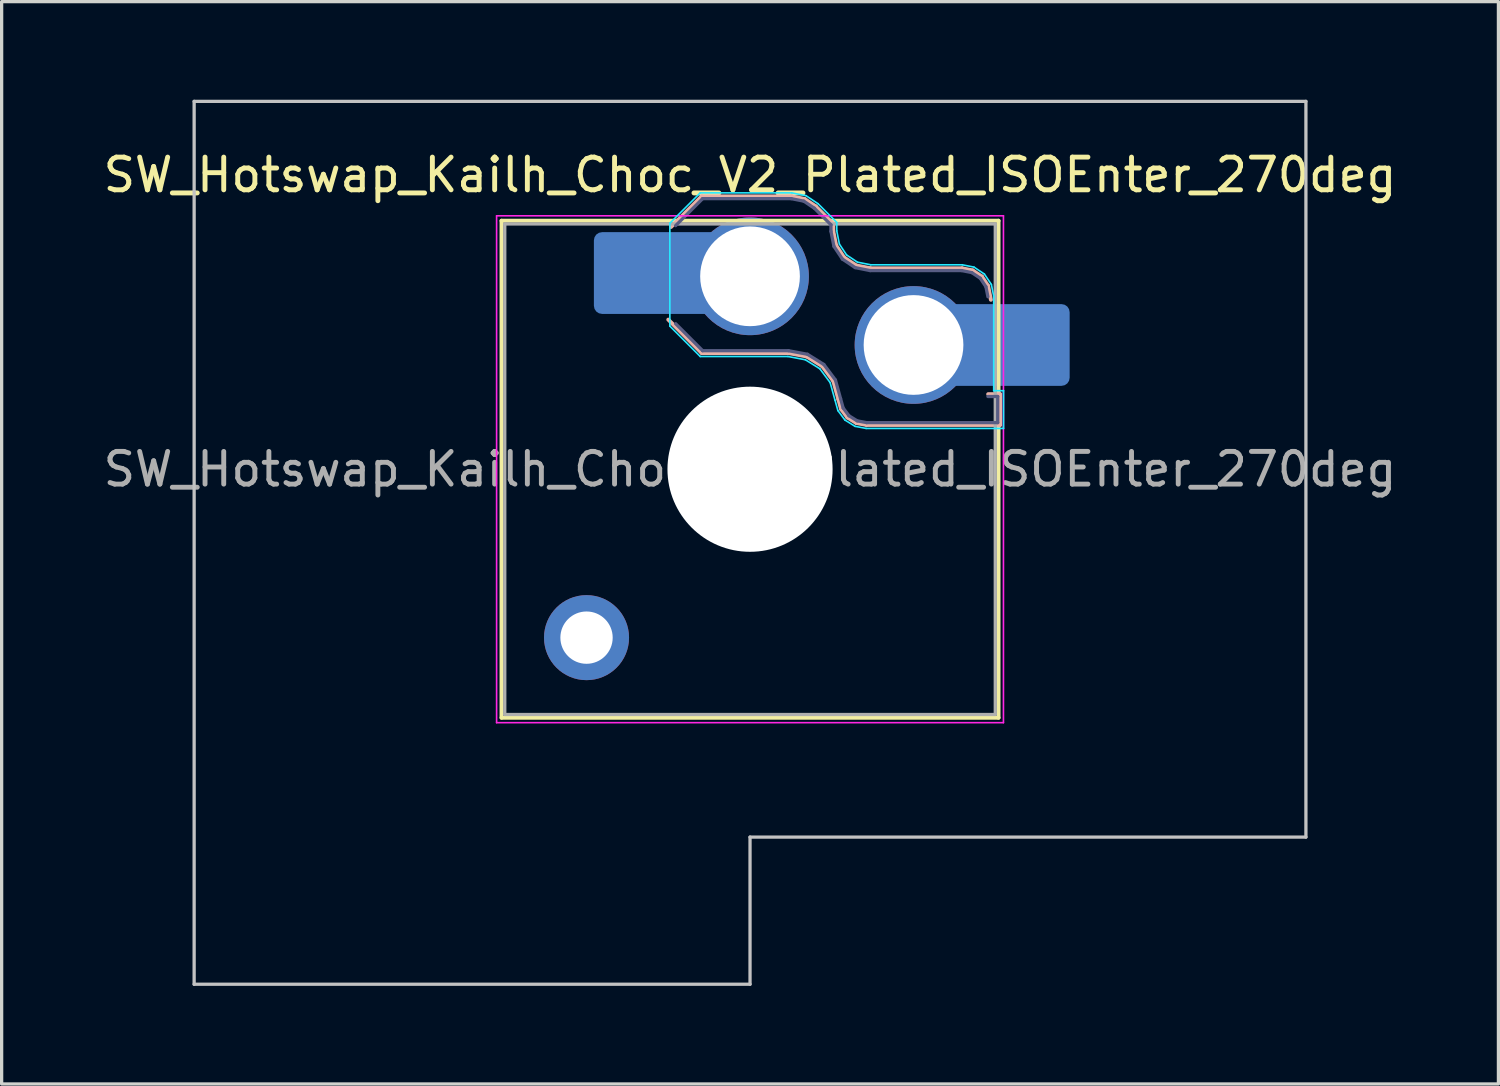
<source format=kicad_pcb>
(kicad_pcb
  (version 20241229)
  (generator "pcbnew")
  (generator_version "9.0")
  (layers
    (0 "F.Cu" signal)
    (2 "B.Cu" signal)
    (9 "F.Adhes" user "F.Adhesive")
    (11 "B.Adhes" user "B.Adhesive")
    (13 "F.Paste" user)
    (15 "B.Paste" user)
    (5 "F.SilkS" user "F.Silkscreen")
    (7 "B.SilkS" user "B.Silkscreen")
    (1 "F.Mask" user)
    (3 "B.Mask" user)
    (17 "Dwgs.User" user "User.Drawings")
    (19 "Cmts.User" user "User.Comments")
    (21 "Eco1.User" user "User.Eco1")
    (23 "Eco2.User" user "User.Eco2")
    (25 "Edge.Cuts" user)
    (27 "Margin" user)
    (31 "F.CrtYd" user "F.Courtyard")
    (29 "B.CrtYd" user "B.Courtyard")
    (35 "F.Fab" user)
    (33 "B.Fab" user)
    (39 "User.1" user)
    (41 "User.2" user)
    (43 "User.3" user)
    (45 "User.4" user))
  (footprint "SW_Hotswap_Kailh_Choc_V2_Plated_ISOEnter_270deg"
    (layer "F.Cu")
    (at 19.887 11.3)
    (property "Reference" "SW_Hotswap_Kailh_Choc_V2_Plated_ISOEnter_270deg" (at 0 -9 0) (layer "F.SilkS") (effects (font (size 1 1) (thickness 0.15))))
    (attr smd)
    (fp_line (start -7.6 -7.6) (end -7.6 7.6) (stroke (width 0.12) (type solid)) (layer "F.SilkS"))
    (fp_line (start -7.6 7.6) (end 7.6 7.6) (stroke (width 0.12) (type solid)) (layer "F.SilkS"))
    (fp_line (start 7.6 -7.6) (end -7.6 -7.6) (stroke (width 0.12) (type solid)) (layer "F.SilkS"))
    (fp_line (start 7.6 7.6) (end 7.6 -7.6) (stroke (width 0.12) (type solid)) (layer "F.SilkS"))
    (fp_line (start -2.416 -7.409) (end -1.479 -8.346) (stroke (width 0.12) (type solid)) (layer "B.SilkS"))
    (fp_line (start -1.479 -8.346) (end 1.268 -8.346) (stroke (width 0.12) (type solid)) (layer "B.SilkS"))
    (fp_line (start -1.479 -3.554) (end -2.5 -4.575) (stroke (width 0.12) (type solid)) (layer "B.SilkS"))
    (fp_line (start 1.168 -3.554) (end -1.479 -3.554) (stroke (width 0.12) (type solid)) (layer "B.SilkS"))
    (fp_line (start 1.268 -8.346) (end 1.671 -8.266) (stroke (width 0.12) (type solid)) (layer "B.SilkS"))
    (fp_line (start 1.671 -8.266) (end 2.013 -8.037) (stroke (width 0.12) (type solid)) (layer "B.SilkS"))
    (fp_line (start 1.73 -3.449) (end 1.168 -3.554) (stroke (width 0.12) (type solid)) (layer "B.SilkS"))
    (fp_line (start 2.013 -8.037) (end 2.546 -7.504) (stroke (width 0.12) (type solid)) (layer "B.SilkS"))
    (fp_line (start 2.209 -3.15) (end 1.73 -3.449) (stroke (width 0.12) (type solid)) (layer "B.SilkS"))
    (fp_line (start 2.546 -7.504) (end 2.546 -7.282) (stroke (width 0.12) (type solid)) (layer "B.SilkS"))
    (fp_line (start 2.546 -7.282) (end 2.633 -6.844) (stroke (width 0.12) (type solid)) (layer "B.SilkS"))
    (fp_line (start 2.547 -2.697) (end 2.209 -3.15) (stroke (width 0.12) (type solid)) (layer "B.SilkS"))
    (fp_line (start 2.633 -6.844) (end 2.877 -6.477) (stroke (width 0.12) (type solid)) (layer "B.SilkS"))
    (fp_line (start 2.701 -2.139) (end 2.547 -2.697) (stroke (width 0.12) (type solid)) (layer "B.SilkS"))
    (fp_line (start 2.783 -1.841) (end 2.701 -2.139) (stroke (width 0.12) (type solid)) (layer "B.SilkS"))
    (fp_line (start 2.877 -6.477) (end 3.244 -6.233) (stroke (width 0.12) (type solid)) (layer "B.SilkS"))
    (fp_line (start 2.976 -1.583) (end 2.783 -1.841) (stroke (width 0.12) (type solid)) (layer "B.SilkS"))
    (fp_line (start 3.244 -6.233) (end 3.682 -6.146) (stroke (width 0.12) (type solid)) (layer "B.SilkS"))
    (fp_line (start 3.25 -1.413) (end 2.976 -1.583) (stroke (width 0.12) (type solid)) (layer "B.SilkS"))
    (fp_line (start 3.56 -1.354) (end 3.25 -1.413) (stroke (width 0.12) (type solid)) (layer "B.SilkS"))
    (fp_line (start 3.682 -6.146) (end 6.482 -6.146) (stroke (width 0.12) (type solid)) (layer "B.SilkS"))
    (fp_line (start 6.482 -6.146) (end 6.809 -6.081) (stroke (width 0.12) (type solid)) (layer "B.SilkS"))
    (fp_line (start 6.809 -6.081) (end 7.092 -5.892) (stroke (width 0.12) (type solid)) (layer "B.SilkS"))
    (fp_line (start 7.092 -5.892) (end 7.281 -5.609) (stroke (width 0.12) (type solid)) (layer "B.SilkS"))
    (fp_line (start 7.281 -5.609) (end 7.366 -5.182) (stroke (width 0.12) (type solid)) (layer "B.SilkS"))
    (fp_line (start 7.283 -2.296) (end 7.646 -2.296) (stroke (width 0.12) (type solid)) (layer "B.SilkS"))
    (fp_line (start 7.646 -2.296) (end 7.646 -1.354) (stroke (width 0.12) (type solid)) (layer "B.SilkS"))
    (fp_line (start 7.646 -1.354) (end 3.56 -1.354) (stroke (width 0.12) (type solid)) (layer "B.SilkS"))
    (fp_line (start -17 -11.25) (end -17 15.75) (stroke (width 0.1) (type solid)) (layer "Dwgs.User"))
    (fp_line (start -17 15.75) (end 0 15.75) (stroke (width 0.1) (type solid)) (layer "Dwgs.User"))
    (fp_line (start 0 11.25) (end 17 11.25) (stroke (width 0.1) (type solid)) (layer "Dwgs.User"))
    (fp_line (start 0 15.75) (end 0 11.25) (stroke (width 0.1) (type solid)) (layer "Dwgs.User"))
    (fp_line (start 17 -11.25) (end -17 -11.25) (stroke (width 0.1) (type solid)) (layer "Dwgs.User"))
    (fp_line (start 17 11.25) (end 17 -11.25) (stroke (width 0.1) (type solid)) (layer "Dwgs.User"))
    (fp_line (start -7.25 -7.25) (end -7.25 7.25) (stroke (width 0.1) (type solid)) (layer "Eco1.User"))
    (fp_line (start -7.25 7.25) (end 7.25 7.25) (stroke (width 0.1) (type solid)) (layer "Eco1.User"))
    (fp_line (start 7.25 -7.25) (end -7.25 -7.25) (stroke (width 0.1) (type solid)) (layer "Eco1.User"))
    (fp_line (start 7.25 7.25) (end 7.25 -7.25) (stroke (width 0.1) (type solid)) (layer "Eco1.User"))
    (fp_line (start -2.452 -7.523) (end -1.523 -8.452) (stroke (width 0.05) (type solid)) (layer "B.CrtYd"))
    (fp_line (start -2.452 -4.377) (end -2.452 -7.523) (stroke (width 0.05) (type solid)) (layer "B.CrtYd"))
    (fp_line (start -1.523 -8.452) (end 1.278 -8.452) (stroke (width 0.05) (type solid)) (layer "B.CrtYd"))
    (fp_line (start -1.523 -3.448) (end -2.452 -4.377) (stroke (width 0.05) (type solid)) (layer "B.CrtYd"))
    (fp_line (start 1.159 -3.448) (end -1.523 -3.448) (stroke (width 0.05) (type solid)) (layer "B.CrtYd"))
    (fp_line (start 1.278 -8.452) (end 1.712 -8.366) (stroke (width 0.05) (type solid)) (layer "B.CrtYd"))
    (fp_line (start 1.691 -3.348) (end 1.159 -3.448) (stroke (width 0.05) (type solid)) (layer "B.CrtYd"))
    (fp_line (start 1.712 -8.366) (end 2.081 -8.119) (stroke (width 0.05) (type solid)) (layer "B.CrtYd"))
    (fp_line (start 2.081 -8.119) (end 2.652 -7.548) (stroke (width 0.05) (type solid)) (layer "B.CrtYd"))
    (fp_line (start 2.136 -3.071) (end 1.691 -3.348) (stroke (width 0.05) (type solid)) (layer "B.CrtYd"))
    (fp_line (start 2.45 -2.65) (end 2.136 -3.071) (stroke (width 0.05) (type solid)) (layer "B.CrtYd"))
    (fp_line (start 2.599 -2.111) (end 2.45 -2.65) (stroke (width 0.05) (type solid)) (layer "B.CrtYd"))
    (fp_line (start 2.652 -7.548) (end 2.652 -7.292) (stroke (width 0.05) (type solid)) (layer "B.CrtYd"))
    (fp_line (start 2.652 -7.292) (end 2.733 -6.885) (stroke (width 0.05) (type solid)) (layer "B.CrtYd"))
    (fp_line (start 2.687 -1.794) (end 2.599 -2.111) (stroke (width 0.05) (type solid)) (layer "B.CrtYd"))
    (fp_line (start 2.733 -6.885) (end 2.953 -6.553) (stroke (width 0.05) (type solid)) (layer "B.CrtYd"))
    (fp_line (start 2.903 -1.503) (end 2.687 -1.794) (stroke (width 0.05) (type solid)) (layer "B.CrtYd"))
    (fp_line (start 2.953 -6.553) (end 3.285 -6.333) (stroke (width 0.05) (type solid)) (layer "B.CrtYd"))
    (fp_line (start 3.211 -1.312) (end 2.903 -1.503) (stroke (width 0.05) (type solid)) (layer "B.CrtYd"))
    (fp_line (start 3.285 -6.333) (end 3.692 -6.252) (stroke (width 0.05) (type solid)) (layer "B.CrtYd"))
    (fp_line (start 3.55 -1.248) (end 3.211 -1.312) (stroke (width 0.05) (type solid)) (layer "B.CrtYd"))
    (fp_line (start 3.692 -6.252) (end 6.492 -6.252) (stroke (width 0.05) (type solid)) (layer "B.CrtYd"))
    (fp_line (start 6.492 -6.252) (end 6.85 -6.181) (stroke (width 0.05) (type solid)) (layer "B.CrtYd"))
    (fp_line (start 6.85 -6.181) (end 7.168 -5.968) (stroke (width 0.05) (type solid)) (layer "B.CrtYd"))
    (fp_line (start 7.168 -5.968) (end 7.381 -5.65) (stroke (width 0.05) (type solid)) (layer "B.CrtYd"))
    (fp_line (start 7.381 -5.65) (end 7.452 -5.292) (stroke (width 0.05) (type solid)) (layer "B.CrtYd"))
    (fp_line (start 7.452 -5.292) (end 7.452 -2.402) (stroke (width 0.05) (type solid)) (layer "B.CrtYd"))
    (fp_line (start 7.452 -2.402) (end 7.752 -2.402) (stroke (width 0.05) (type solid)) (layer "B.CrtYd"))
    (fp_line (start 7.752 -2.402) (end 7.752 -1.248) (stroke (width 0.05) (type solid)) (layer "B.CrtYd"))
    (fp_line (start 7.752 -1.248) (end 3.55 -1.248) (stroke (width 0.05) (type solid)) (layer "B.CrtYd"))
    (fp_line (start -7.75 -7.75) (end -7.75 7.75) (stroke (width 0.05) (type solid)) (layer "F.CrtYd"))
    (fp_line (start -7.75 7.75) (end 7.75 7.75) (stroke (width 0.05) (type solid)) (layer "F.CrtYd"))
    (fp_line (start 7.75 -7.75) (end -7.75 -7.75) (stroke (width 0.05) (type solid)) (layer "F.CrtYd"))
    (fp_line (start 7.75 7.75) (end 7.75 -7.75) (stroke (width 0.05) (type solid)) (layer "F.CrtYd"))
    (fp_line (start -2.275 -7.45) (end -1.45 -8.275) (stroke (width 0.1) (type solid)) (layer "B.Fab"))
    (fp_line (start -1.45 -8.275) (end 1.261 -8.275) (stroke (width 0.1) (type solid)) (layer "B.Fab"))
    (fp_line (start -1.45 -3.625) (end -2.275 -4.45) (stroke (width 0.1) (type solid)) (layer "B.Fab"))
    (fp_line (start 1.175 -3.625) (end -1.45 -3.625) (stroke (width 0.1) (type solid)) (layer "B.Fab"))
    (fp_line (start 1.261 -8.275) (end 1.643 -8.199) (stroke (width 0.1) (type solid)) (layer "B.Fab"))
    (fp_line (start 1.643 -8.199) (end 1.968 -7.982) (stroke (width 0.1) (type solid)) (layer "B.Fab"))
    (fp_line (start 1.756 -3.516) (end 1.175 -3.625) (stroke (width 0.1) (type solid)) (layer "B.Fab"))
    (fp_line (start 1.968 -7.982) (end 2.475 -7.475) (stroke (width 0.1) (type solid)) (layer "B.Fab"))
    (fp_line (start 2.258 -3.203) (end 1.756 -3.516) (stroke (width 0.1) (type solid)) (layer "B.Fab"))
    (fp_line (start 2.475 -7.475) (end 2.475 -7.275) (stroke (width 0.1) (type solid)) (layer "B.Fab"))
    (fp_line (start 2.475 -7.275) (end 2.566 -6.816) (stroke (width 0.1) (type solid)) (layer "B.Fab"))
    (fp_line (start 2.566 -6.816) (end 2.826 -6.426) (stroke (width 0.1) (type solid)) (layer "B.Fab"))
    (fp_line (start 2.612 -2.729) (end 2.258 -3.203) (stroke (width 0.1) (type solid)) (layer "B.Fab"))
    (fp_line (start 2.769 -2.158) (end 2.612 -2.729) (stroke (width 0.1) (type solid)) (layer "B.Fab"))
    (fp_line (start 2.826 -6.426) (end 3.216 -6.166) (stroke (width 0.1) (type solid)) (layer "B.Fab"))
    (fp_line (start 2.848 -1.873) (end 2.769 -2.158) (stroke (width 0.1) (type solid)) (layer "B.Fab"))
    (fp_line (start 3.025 -1.636) (end 2.848 -1.873) (stroke (width 0.1) (type solid)) (layer "B.Fab"))
    (fp_line (start 3.216 -6.166) (end 3.675 -6.075) (stroke (width 0.1) (type solid)) (layer "B.Fab"))
    (fp_line (start 3.276 -1.48) (end 3.025 -1.636) (stroke (width 0.1) (type solid)) (layer "B.Fab"))
    (fp_line (start 3.567 -1.425) (end 3.276 -1.48) (stroke (width 0.1) (type solid)) (layer "B.Fab"))
    (fp_line (start 3.675 -6.075) (end 6.475 -6.075) (stroke (width 0.1) (type solid)) (layer "B.Fab"))
    (fp_line (start 6.475 -6.075) (end 6.781 -6.014) (stroke (width 0.1) (type solid)) (layer "B.Fab"))
    (fp_line (start 6.781 -6.014) (end 7.041 -5.841) (stroke (width 0.1) (type solid)) (layer "B.Fab"))
    (fp_line (start 7.041 -5.841) (end 7.214 -5.581) (stroke (width 0.1) (type solid)) (layer "B.Fab"))
    (fp_line (start 7.214 -5.581) (end 7.275 -5.275) (stroke (width 0.1) (type solid)) (layer "B.Fab"))
    (fp_line (start 7.275 -2.225) (end 7.575 -2.225) (stroke (width 0.1) (type solid)) (layer "B.Fab"))
    (fp_line (start 7.575 -2.225) (end 7.575 -1.425) (stroke (width 0.1) (type solid)) (layer "B.Fab"))
    (fp_line (start 7.575 -1.425) (end 3.567 -1.425) (stroke (width 0.1) (type solid)) (layer "B.Fab"))
    (fp_line (start -7.5 -7.5) (end -7.5 7.5) (stroke (width 0.1) (type solid)) (layer "F.Fab"))
    (fp_line (start -7.5 7.5) (end 7.5 7.5) (stroke (width 0.1) (type solid)) (layer "F.Fab"))
    (fp_line (start 7.5 -7.5) (end -7.5 -7.5) (stroke (width 0.1) (type solid)) (layer "F.Fab"))
    (fp_line (start 7.5 7.5) (end 7.5 -7.5) (stroke (width 0.1) (type solid)) (layer "F.Fab"))
    (fp_text user "${REFERENCE}" (at 0 0 0) (layer "F.Fab") (effects (font (size 1 1) (thickness 0.15))))
    (pad "" thru_hole circle (at -5 5.15) (size 2.6 2.6) (drill 1.6) (layers "*.Cu" "*.Mask"))
    (pad "" smd roundrect (at -3.5 -6) (size 2.55 2.5) (layers "B.Mask" "B.Paste") (roundrect_rratio 0.1))
    (pad "" np_thru_hole circle (at 0 0) (size 5.05 5.05) (drill 5.05) (layers "*.Cu" "*.Mask"))
    (pad "" smd roundrect (at 8.5 -3.8) (size 2.55 2.5) (layers "B.Mask" "B.Paste") (roundrect_rratio 0.1))
    (pad "1" smd roundrect (at -2.85 -6) (size 3.85 2.5) (layers "B.Cu") (roundrect_rratio 0.1))
    (pad "1" thru_hole circle (at 0 -5.9) (size 3.6 3.6) (drill 3.05) (layers "*.Cu" "*.Mask"))
    (pad "2" thru_hole circle (at 5 -3.8) (size 3.6 3.6) (drill 3.05) (layers "*.Cu" "*.Mask"))
    (pad "2" smd roundrect (at 7.85 -3.8) (size 3.85 2.5) (layers "B.Cu") (roundrect_rratio 0.1)))
  (gr_rect
    (start -3 -3)
    (end 42.774 30.1)
    (stroke (width 0.1) (type default))
    (fill no)
    (layer "Edge.Cuts")))
</source>
